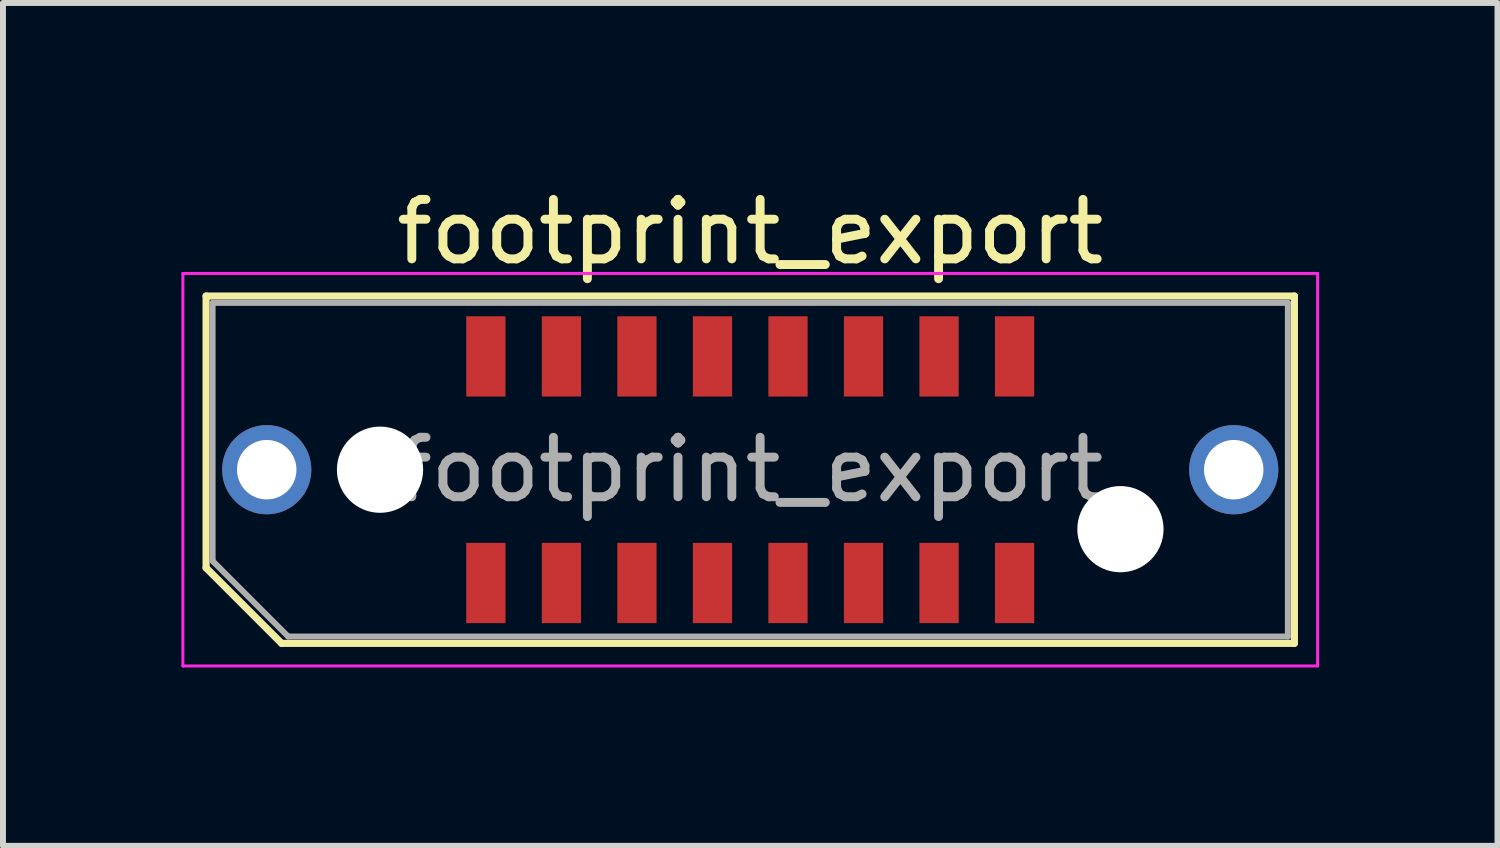
<source format=kicad_pcb>
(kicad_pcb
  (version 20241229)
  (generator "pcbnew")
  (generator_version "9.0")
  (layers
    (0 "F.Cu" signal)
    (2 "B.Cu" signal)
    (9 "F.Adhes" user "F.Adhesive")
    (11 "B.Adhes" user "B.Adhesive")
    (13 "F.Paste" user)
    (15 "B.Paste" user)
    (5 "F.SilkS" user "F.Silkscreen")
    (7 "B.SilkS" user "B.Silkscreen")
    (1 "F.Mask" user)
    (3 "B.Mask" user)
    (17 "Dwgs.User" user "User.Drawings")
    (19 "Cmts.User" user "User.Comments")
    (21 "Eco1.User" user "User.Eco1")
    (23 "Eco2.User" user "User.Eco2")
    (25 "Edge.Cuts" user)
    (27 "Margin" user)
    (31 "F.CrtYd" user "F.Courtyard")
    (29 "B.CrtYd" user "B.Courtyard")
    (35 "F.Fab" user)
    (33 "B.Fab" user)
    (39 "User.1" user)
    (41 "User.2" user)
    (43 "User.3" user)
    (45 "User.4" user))
  (footprint "footprint_export"
    (layer "F.Cu")
    (at 9.565 4.848)
    (property "Reference" "footprint_export" (at 0 -4 0) (layer "F.SilkS") (effects (font (size 1 1) (thickness 0.15))))
    (attr smd)
    (fp_line (start -9.15 -2.92) (end 9.15 -2.92) (stroke (width 0.12) (type solid)) (layer "F.SilkS"))
    (fp_line (start -9.15 1.65) (end -9.15 -2.92) (stroke (width 0.12) (type solid)) (layer "F.SilkS"))
    (fp_line (start -7.88 2.92) (end -9.15 1.65) (stroke (width 0.12) (type solid)) (layer "F.SilkS"))
    (fp_line (start -7.88 2.92) (end 9.15 2.92) (stroke (width 0.12) (type solid)) (layer "F.SilkS"))
    (fp_line (start 9.15 2.92) (end 9.15 -2.92) (stroke (width 0.12) (type solid)) (layer "F.SilkS"))
    (fp_line (start -9.54 -3.3) (end -9.54 3.3) (stroke (width 0.05) (type solid)) (layer "F.CrtYd"))
    (fp_line (start -9.54 3.3) (end 9.54 3.3) (stroke (width 0.05) (type solid)) (layer "F.CrtYd"))
    (fp_line (start 9.54 -3.3) (end -9.54 -3.3) (stroke (width 0.05) (type solid)) (layer "F.CrtYd"))
    (fp_line (start 9.54 3.3) (end 9.54 -3.3) (stroke (width 0.05) (type solid)) (layer "F.CrtYd"))
    (fp_line (start -9.04 -2.805) (end 9.04 -2.805) (stroke (width 0.1) (type solid)) (layer "F.Fab"))
    (fp_line (start -9.04 1.535) (end -9.04 -2.805) (stroke (width 0.1) (type solid)) (layer "F.Fab"))
    (fp_line (start -9.04 1.535) (end -7.77 2.805) (stroke (width 0.1) (type solid)) (layer "F.Fab"))
    (fp_line (start -7.77 2.805) (end 9.04 2.805) (stroke (width 0.1) (type solid)) (layer "F.Fab"))
    (fp_line (start 9.04 2.805) (end 9.04 -2.805) (stroke (width 0.1) (type solid)) (layer "F.Fab"))
    (fp_text user "${REFERENCE}" (at 0 0 0) (layer "F.Fab") (effects (font (size 1 1) (thickness 0.15))))
    (pad "" thru_hole circle (at -8.13 0) (size 1.5 1.5) (drill 1) (layers "*.Cu" "*.Mask"))
    (pad "" np_thru_hole circle (at -6.225 0) (size 1.45 1.45) (drill 1.45) (layers "*.Cu" "*.Mask"))
    (pad "" np_thru_hole circle (at 6.225 1) (size 1.45 1.45) (drill 1.45) (layers "*.Cu" "*.Mask"))
    (pad "" thru_hole circle (at 8.13 0) (size 1.5 1.5) (drill 1) (layers "*.Cu" "*.Mask"))
    (pad "1" smd rect (at -4.445 1.905) (size 0.66 1.35) (layers "F.Cu" "F.Mask" "F.Paste"))
    (pad "2" smd rect (at -4.445 -1.905) (size 0.66 1.35) (layers "F.Cu" "F.Mask" "F.Paste"))
    (pad "3" smd rect (at -3.175 1.905) (size 0.66 1.35) (layers "F.Cu" "F.Mask" "F.Paste"))
    (pad "4" smd rect (at -3.175 -1.905) (size 0.66 1.35) (layers "F.Cu" "F.Mask" "F.Paste"))
    (pad "5" smd rect (at -1.905 1.905) (size 0.66 1.35) (layers "F.Cu" "F.Mask" "F.Paste"))
    (pad "6" smd rect (at -1.905 -1.905) (size 0.66 1.35) (layers "F.Cu" "F.Mask" "F.Paste"))
    (pad "7" smd rect (at -0.635 1.905) (size 0.66 1.35) (layers "F.Cu" "F.Mask" "F.Paste"))
    (pad "8" smd rect (at -0.635 -1.905) (size 0.66 1.35) (layers "F.Cu" "F.Mask" "F.Paste"))
    (pad "9" smd rect (at 0.635 1.905) (size 0.66 1.35) (layers "F.Cu" "F.Mask" "F.Paste"))
    (pad "10" smd rect (at 0.635 -1.905) (size 0.66 1.35) (layers "F.Cu" "F.Mask" "F.Paste"))
    (pad "11" smd rect (at 1.905 1.905) (size 0.66 1.35) (layers "F.Cu" "F.Mask" "F.Paste"))
    (pad "12" smd rect (at 1.905 -1.905) (size 0.66 1.35) (layers "F.Cu" "F.Mask" "F.Paste"))
    (pad "13" smd rect (at 3.175 1.905) (size 0.66 1.35) (layers "F.Cu" "F.Mask" "F.Paste"))
    (pad "14" smd rect (at 3.175 -1.905) (size 0.66 1.35) (layers "F.Cu" "F.Mask" "F.Paste"))
    (pad "15" smd rect (at 4.445 1.905) (size 0.66 1.35) (layers "F.Cu" "F.Mask" "F.Paste"))
    (pad "16" smd rect (at 4.445 -1.905) (size 0.66 1.35) (layers "F.Cu" "F.Mask" "F.Paste")))
  (gr_rect
    (start -3 -3)
    (end 22.13 11.173)
    (stroke (width 0.1) (type default))
    (fill no)
    (layer "Edge.Cuts")))
</source>
